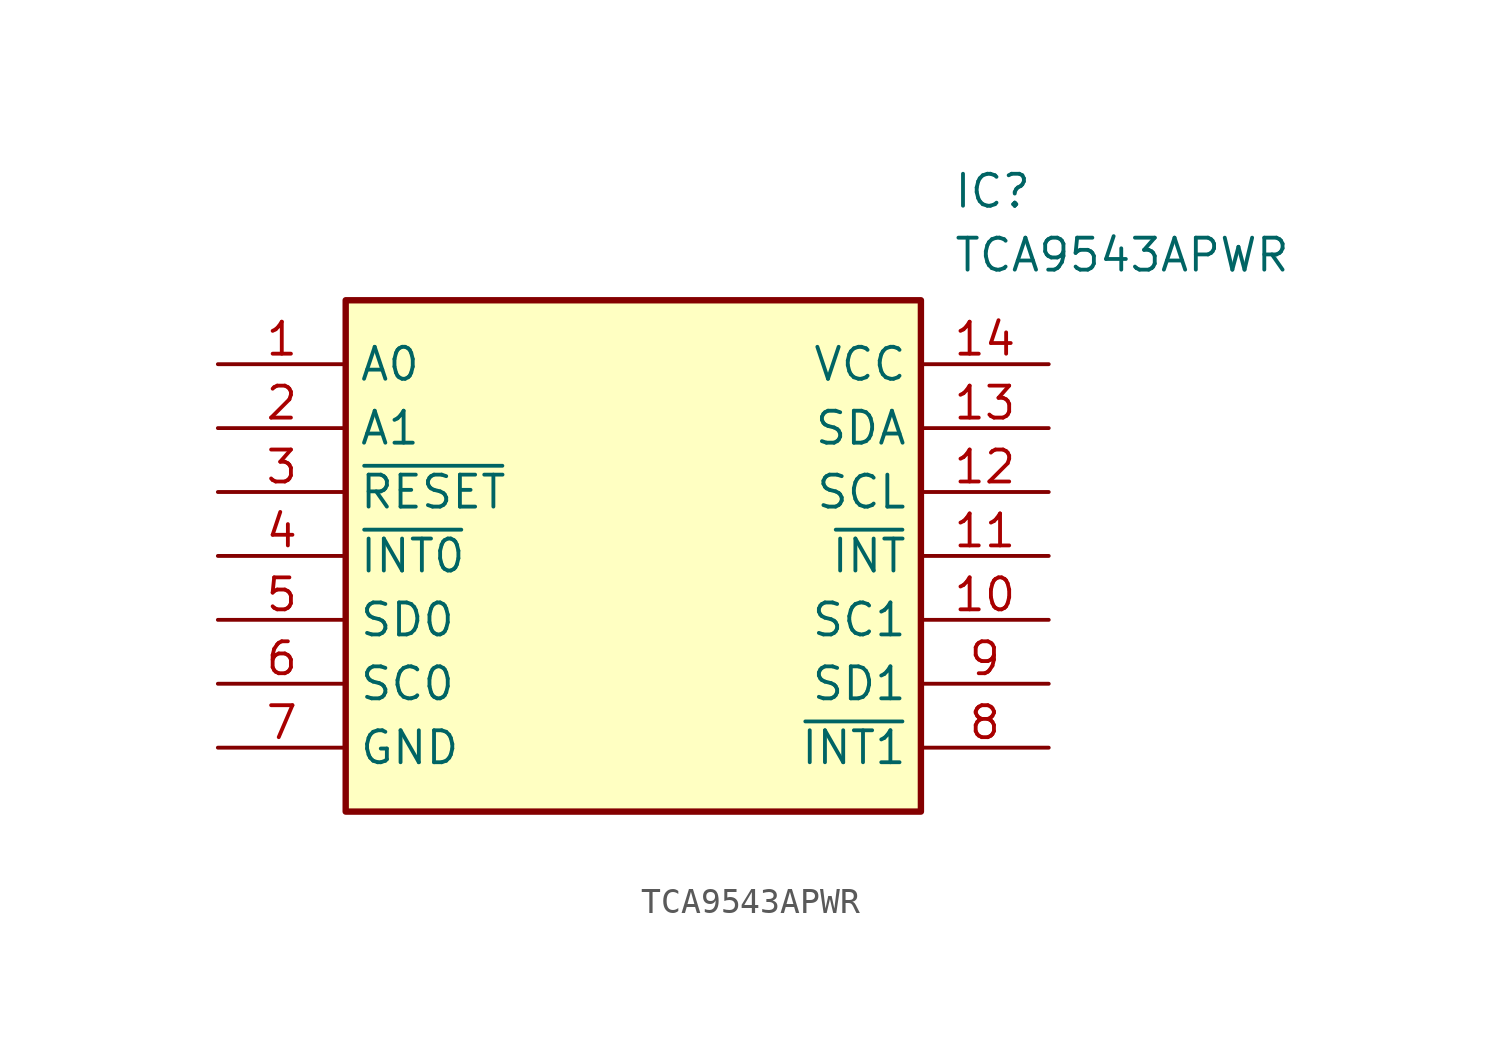
<source format=kicad_sym>
(kicad_symbol_lib
  (version 20211014)
  (generator SamacSys_ECAD_Model)
  (symbol "TCA9543APWR"
    (property "Reference" "IC"
      (at 29.21 7.62 0)
      (effects (font (size 1.27 1.27)) (justify left top)))
    (property "Value" "TCA9543APWR"
      (at 29.21 5.08 0)
      (effects (font (size 1.27 1.27)) (justify left top)))
    (rectangle
      (start 5.08 2.54)
      (end 27.94 -17.78)
      (stroke (width 0.254) (type default))
      (fill (type background)))
    (pin passive line
      (at 0 0 0)
      (length 5.08)
      (name "A0" (effects (font (size 1.27 1.27))))
      (number "1" (effects (font (size 1.27 1.27)))))
    (pin passive line
      (at 0 -2.54 0)
      (length 5.08)
      (name "A1" (effects (font (size 1.27 1.27))))
      (number "2" (effects (font (size 1.27 1.27)))))
    (pin passive line
      (at 0 -5.08 0)
      (length 5.08)
      (name "~{RESET}" (effects (font (size 1.27 1.27))))
      (number "3" (effects (font (size 1.27 1.27)))))
    (pin passive line
      (at 0 -7.62 0)
      (length 5.08)
      (name "~{INT0}" (effects (font (size 1.27 1.27))))
      (number "4" (effects (font (size 1.27 1.27)))))
    (pin passive line
      (at 0 -10.16 0)
      (length 5.08)
      (name "SD0" (effects (font (size 1.27 1.27))))
      (number "5" (effects (font (size 1.27 1.27)))))
    (pin passive line
      (at 0 -12.7 0)
      (length 5.08)
      (name "SC0" (effects (font (size 1.27 1.27))))
      (number "6" (effects (font (size 1.27 1.27)))))
    (pin passive line
      (at 0 -15.24 0)
      (length 5.08)
      (name "GND" (effects (font (size 1.27 1.27))))
      (number "7" (effects (font (size 1.27 1.27)))))
    (pin passive line
      (at 33.02 0 180)
      (length 5.08)
      (name "VCC" (effects (font (size 1.27 1.27))))
      (number "14" (effects (font (size 1.27 1.27)))))
    (pin passive line
      (at 33.02 -2.54 180)
      (length 5.08)
      (name "SDA" (effects (font (size 1.27 1.27))))
      (number "13" (effects (font (size 1.27 1.27)))))
    (pin passive line
      (at 33.02 -5.08 180)
      (length 5.08)
      (name "SCL" (effects (font (size 1.27 1.27))))
      (number "12" (effects (font (size 1.27 1.27)))))
    (pin passive line
      (at 33.02 -7.62 180)
      (length 5.08)
      (name "~{INT}" (effects (font (size 1.27 1.27))))
      (number "11" (effects (font (size 1.27 1.27)))))
    (pin passive line
      (at 33.02 -10.16 180)
      (length 5.08)
      (name "SC1" (effects (font (size 1.27 1.27))))
      (number "10" (effects (font (size 1.27 1.27)))))
    (pin passive line
      (at 33.02 -12.7 180)
      (length 5.08)
      (name "SD1" (effects (font (size 1.27 1.27))))
      (number "9" (effects (font (size 1.27 1.27)))))
    (pin passive line
      (at 33.02 -15.24 180)
      (length 5.08)
      (name "~{INT1}" (effects (font (size 1.27 1.27))))
      (number "8" (effects (font (size 1.27 1.27)))))))
</source>
